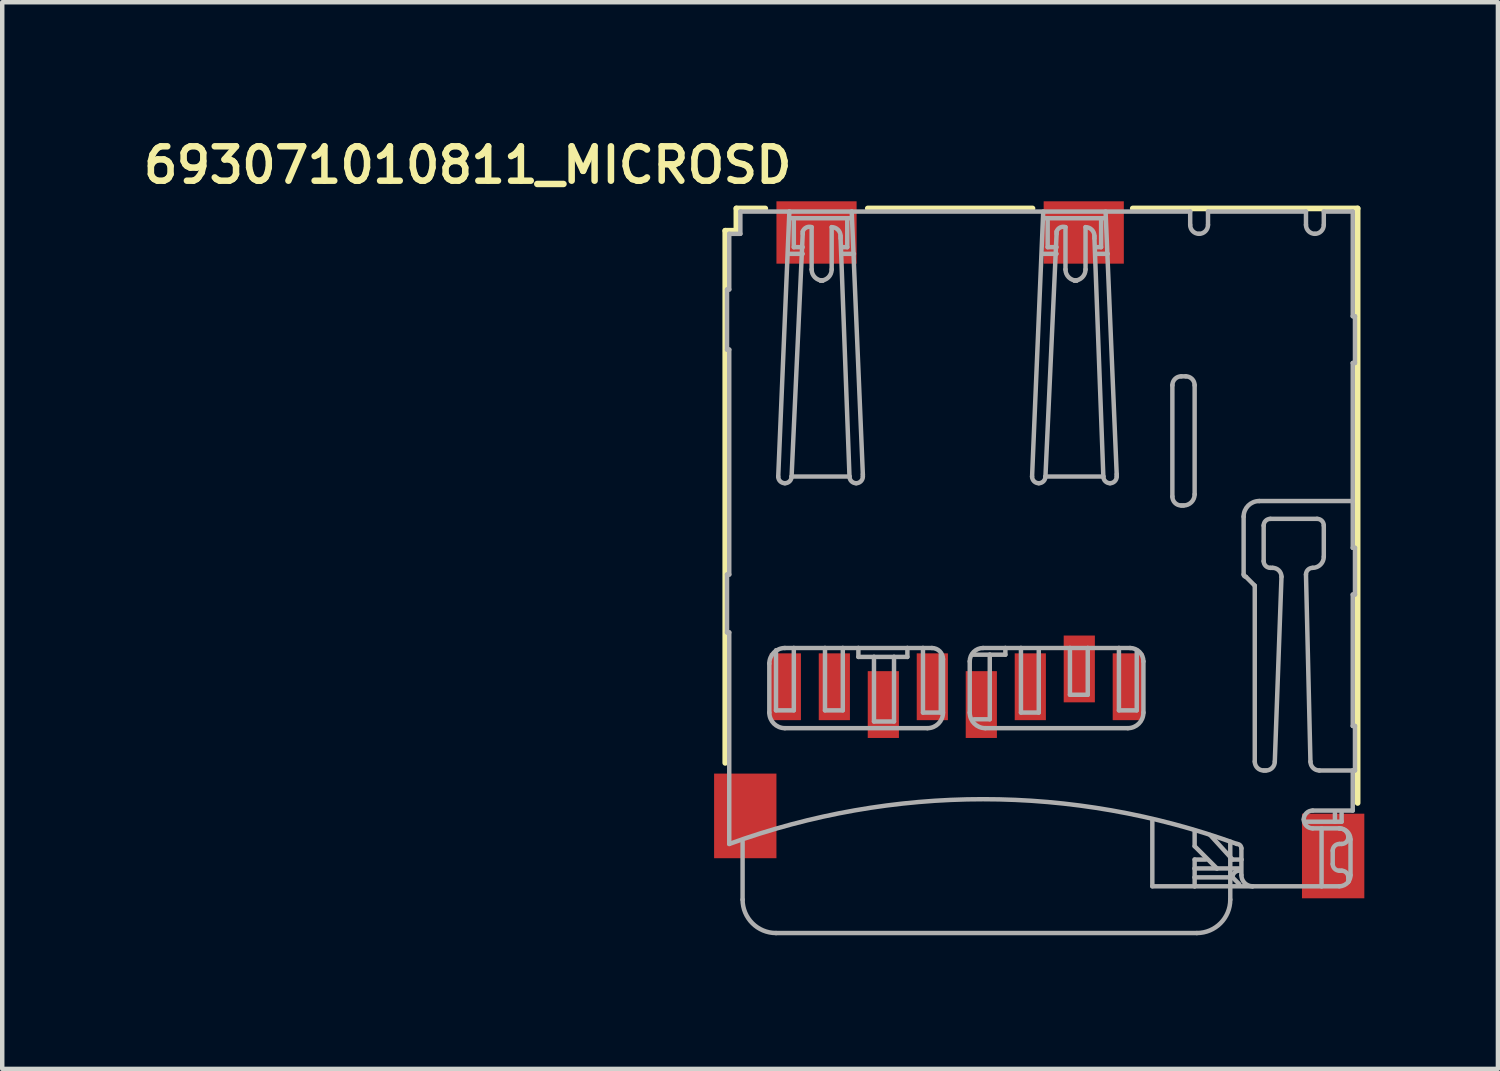
<source format=kicad_pcb>
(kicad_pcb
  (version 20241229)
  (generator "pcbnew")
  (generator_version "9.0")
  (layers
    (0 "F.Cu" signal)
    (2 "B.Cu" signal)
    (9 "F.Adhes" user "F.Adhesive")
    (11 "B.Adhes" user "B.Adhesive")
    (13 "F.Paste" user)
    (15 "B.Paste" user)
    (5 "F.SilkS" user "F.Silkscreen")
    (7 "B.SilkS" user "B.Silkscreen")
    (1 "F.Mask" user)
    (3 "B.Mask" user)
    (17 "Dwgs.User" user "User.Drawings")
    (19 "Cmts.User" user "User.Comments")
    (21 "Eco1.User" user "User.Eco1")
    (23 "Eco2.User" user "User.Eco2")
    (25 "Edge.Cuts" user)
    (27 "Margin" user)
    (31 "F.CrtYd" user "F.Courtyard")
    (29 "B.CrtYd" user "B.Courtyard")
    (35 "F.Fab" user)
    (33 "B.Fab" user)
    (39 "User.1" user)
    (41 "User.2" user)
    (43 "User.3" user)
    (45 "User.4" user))
  (footprint "693071010811_MICROSD"
    (layer "F.Cu")
    (at 13.284 1.73)
    (property "Reference" "693071010811_MICROSD" (at 1.524 -1.524 0) (layer "F.SilkS") (effects (font (size 0.772 0.772) (thickness 0.146)) (justify right top)))
    (attr through_hole)
    (fp_line (start -0.05 0.4) (end -0.05 12.35) (stroke (width 0.127) (type solid)) (layer "F.SilkS"))
    (fp_line (start 0.2 -0.1) (end 0.2 0.4) (stroke (width 0.127) (type solid)) (layer "F.SilkS"))
    (fp_line (start 0.2 0.4) (end -0.05 0.4) (stroke (width 0.127) (type solid)) (layer "F.SilkS"))
    (fp_line (start 0.85 -0.1) (end 0.2 -0.1) (stroke (width 0.127) (type solid)) (layer "F.SilkS"))
    (fp_line (start 3.15 -0.1) (end 6.85 -0.1) (stroke (width 0.127) (type solid)) (layer "F.SilkS"))
    (fp_line (start 9.1 -0.1) (end 14.15 -0.1) (stroke (width 0.127) (type solid)) (layer "F.SilkS"))
    (fp_line (start 14.15 -0.1) (end 14.15 13.25) (stroke (width 0.127) (type solid)) (layer "F.SilkS"))
    (fp_line (start -0.01 1.72) (end -0.01 3.07) (stroke (width 0.1) (type solid)) (layer "F.Fab"))
    (fp_line (start -0.01 3.07) (end 0.04 3.07) (stroke (width 0.1) (type solid)) (layer "F.Fab"))
    (fp_line (start -0.01 8.12) (end -0.01 9.42) (stroke (width 0.1) (type solid)) (layer "F.Fab"))
    (fp_line (start -0.01 9.42) (end 0.04 9.42) (stroke (width 0.1) (type solid)) (layer "F.Fab"))
    (fp_line (start 0.04 0.47) (end 0.04 1.72) (stroke (width 0.1) (type solid)) (layer "F.Fab"))
    (fp_line (start 0.04 1.72) (end -0.01 1.72) (stroke (width 0.1) (type solid)) (layer "F.Fab"))
    (fp_line (start 0.04 3.07) (end 0.04 8.12) (stroke (width 0.1) (type solid)) (layer "F.Fab"))
    (fp_line (start 0.04 8.12) (end -0.01 8.12) (stroke (width 0.1) (type solid)) (layer "F.Fab"))
    (fp_line (start 0.04 9.42) (end 0.04 14.17) (stroke (width 0.1) (type solid)) (layer "F.Fab"))
    (fp_line (start 0.29 -0.03) (end 0.29 0.47) (stroke (width 0.1) (type solid)) (layer "F.Fab"))
    (fp_line (start 0.29 0.47) (end 0.04 0.47) (stroke (width 0.1) (type solid)) (layer "F.Fab"))
    (fp_line (start 0.34 14.12) (end 0.34 15.42) (stroke (width 0.1) (type solid)) (layer "F.Fab"))
    (fp_line (start 0.94 11.22) (end 0.94 10.12) (stroke (width 0.1) (type solid)) (layer "F.Fab"))
    (fp_line (start 1.09 9.82) (end 1.09 11.17) (stroke (width 0.1) (type solid)) (layer "F.Fab"))
    (fp_line (start 1.09 11.17) (end 1.49 11.17) (stroke (width 0.1) (type solid)) (layer "F.Fab"))
    (fp_line (start 1.09 16.17) (end 10.54 16.17) (stroke (width 0.1) (type solid)) (layer "F.Fab"))
    (fp_line (start 1.14 5.92) (end 1.39 -0.03) (stroke (width 0.1) (type solid)) (layer "F.Fab"))
    (fp_line (start 1.29 9.77) (end 1.49 9.77) (stroke (width 0.1) (type solid)) (layer "F.Fab"))
    (fp_line (start 1.39 -0.03) (end 0.29 -0.03) (stroke (width 0.1) (type solid)) (layer "F.Fab"))
    (fp_line (start 1.44 0.12) (end 2.79 0.12) (stroke (width 0.1) (type solid)) (layer "F.Fab"))
    (fp_line (start 1.44 5.92) (end 2.74 5.92) (stroke (width 0.1) (type solid)) (layer "F.Fab"))
    (fp_line (start 1.49 0.77) (end 1.49 0.17) (stroke (width 0.1) (type solid)) (layer "F.Fab"))
    (fp_line (start 1.49 9.77) (end 2.19 9.77) (stroke (width 0.1) (type solid)) (layer "F.Fab"))
    (fp_line (start 1.49 11.17) (end 1.49 9.77) (stroke (width 0.1) (type solid)) (layer "F.Fab"))
    (fp_line (start 1.69 0.42) (end 1.69 0.47) (stroke (width 0.1) (type solid)) (layer "F.Fab"))
    (fp_line (start 1.69 0.47) (end 1.44 5.92) (stroke (width 0.1) (type solid)) (layer "F.Fab"))
    (fp_line (start 1.69 0.77) (end 1.49 0.77) (stroke (width 0.1) (type solid)) (layer "F.Fab"))
    (fp_line (start 1.69 0.92) (end 1.39 0.92) (stroke (width 0.1) (type solid)) (layer "F.Fab"))
    (fp_line (start 1.89 1.27) (end 1.89 0.32) (stroke (width 0.1) (type solid)) (layer "F.Fab"))
    (fp_line (start 2.09 1.52) (end 2.14 1.52) (stroke (width 0.1) (type solid)) (layer "F.Fab"))
    (fp_line (start 2.19 9.77) (end 2.19 11.17) (stroke (width 0.1) (type solid)) (layer "F.Fab"))
    (fp_line (start 2.19 9.77) (end 2.59 9.77) (stroke (width 0.1) (type solid)) (layer "F.Fab"))
    (fp_line (start 2.19 11.17) (end 2.59 11.17) (stroke (width 0.1) (type solid)) (layer "F.Fab"))
    (fp_line (start 2.34 0.32) (end 2.34 1.27) (stroke (width 0.1) (type solid)) (layer "F.Fab"))
    (fp_line (start 2.54 0.57) (end 2.54 0.52) (stroke (width 0.1) (type solid)) (layer "F.Fab"))
    (fp_line (start 2.59 0.77) (end 2.69 0.77) (stroke (width 0.1) (type solid)) (layer "F.Fab"))
    (fp_line (start 2.59 0.92) (end 2.84 0.92) (stroke (width 0.1) (type solid)) (layer "F.Fab"))
    (fp_line (start 2.59 9.77) (end 2.94 9.77) (stroke (width 0.1) (type solid)) (layer "F.Fab"))
    (fp_line (start 2.59 11.17) (end 2.59 9.77) (stroke (width 0.1) (type solid)) (layer "F.Fab"))
    (fp_line (start 2.69 0.77) (end 2.69 0.17) (stroke (width 0.1) (type solid)) (layer "F.Fab"))
    (fp_line (start 2.74 5.92) (end 2.54 0.57) (stroke (width 0.1) (type solid)) (layer "F.Fab"))
    (fp_line (start 2.79 -0.03) (end 1.39 -0.03) (stroke (width 0.1) (type solid)) (layer "F.Fab"))
    (fp_line (start 2.79 -0.03) (end 3.04 5.87) (stroke (width 0.1) (type solid)) (layer "F.Fab"))
    (fp_line (start 2.94 9.77) (end 2.94 9.97) (stroke (width 0.1) (type solid)) (layer "F.Fab"))
    (fp_line (start 2.94 9.77) (end 4.04 9.77) (stroke (width 0.1) (type solid)) (layer "F.Fab"))
    (fp_line (start 2.94 9.97) (end 3.29 9.97) (stroke (width 0.1) (type solid)) (layer "F.Fab"))
    (fp_line (start 3.04 5.87) (end 3.04 5.92) (stroke (width 0.1) (type solid)) (layer "F.Fab"))
    (fp_line (start 3.29 9.97) (end 3.29 11.42) (stroke (width 0.1) (type solid)) (layer "F.Fab"))
    (fp_line (start 3.29 9.97) (end 3.74 9.97) (stroke (width 0.1) (type solid)) (layer "F.Fab"))
    (fp_line (start 3.29 11.42) (end 3.74 11.42) (stroke (width 0.1) (type solid)) (layer "F.Fab"))
    (fp_line (start 3.74 9.97) (end 4.04 9.97) (stroke (width 0.1) (type solid)) (layer "F.Fab"))
    (fp_line (start 3.74 11.42) (end 3.74 9.97) (stroke (width 0.1) (type solid)) (layer "F.Fab"))
    (fp_line (start 4.04 9.77) (end 4.39 9.77) (stroke (width 0.1) (type solid)) (layer "F.Fab"))
    (fp_line (start 4.04 9.97) (end 4.04 9.77) (stroke (width 0.1) (type solid)) (layer "F.Fab"))
    (fp_line (start 4.39 9.77) (end 4.39 11.22) (stroke (width 0.1) (type solid)) (layer "F.Fab"))
    (fp_line (start 4.39 9.77) (end 4.59 9.77) (stroke (width 0.1) (type solid)) (layer "F.Fab"))
    (fp_line (start 4.39 11.22) (end 4.79 11.22) (stroke (width 0.1) (type solid)) (layer "F.Fab"))
    (fp_line (start 4.49 11.57) (end 1.29 11.57) (stroke (width 0.1) (type solid)) (layer "F.Fab"))
    (fp_line (start 4.79 11.22) (end 4.79 9.92) (stroke (width 0.1) (type solid)) (layer "F.Fab"))
    (fp_line (start 4.84 10.02) (end 4.84 11.22) (stroke (width 0.1) (type solid)) (layer "F.Fab"))
    (fp_line (start 5.44 11.22) (end 5.44 10.07) (stroke (width 0.1) (type solid)) (layer "F.Fab"))
    (fp_line (start 5.49 9.92) (end 5.89 9.92) (stroke (width 0.1) (type solid)) (layer "F.Fab"))
    (fp_line (start 5.74 9.77) (end 6.24 9.77) (stroke (width 0.1) (type solid)) (layer "F.Fab"))
    (fp_line (start 5.89 9.92) (end 5.89 11.37) (stroke (width 0.1) (type solid)) (layer "F.Fab"))
    (fp_line (start 5.89 9.92) (end 6.24 9.92) (stroke (width 0.1) (type solid)) (layer "F.Fab"))
    (fp_line (start 5.89 11.37) (end 5.54 11.37) (stroke (width 0.1) (type solid)) (layer "F.Fab"))
    (fp_line (start 6.24 9.77) (end 6.59 9.77) (stroke (width 0.1) (type solid)) (layer "F.Fab"))
    (fp_line (start 6.24 9.92) (end 6.24 9.77) (stroke (width 0.1) (type solid)) (layer "F.Fab"))
    (fp_line (start 6.59 9.77) (end 6.59 11.22) (stroke (width 0.1) (type solid)) (layer "F.Fab"))
    (fp_line (start 6.59 9.77) (end 7.69 9.77) (stroke (width 0.1) (type solid)) (layer "F.Fab"))
    (fp_line (start 6.59 11.22) (end 6.99 11.22) (stroke (width 0.1) (type solid)) (layer "F.Fab"))
    (fp_line (start 6.84 5.92) (end 7.09 -0.03) (stroke (width 0.1) (type solid)) (layer "F.Fab"))
    (fp_line (start 6.99 11.22) (end 6.99 9.82) (stroke (width 0.1) (type solid)) (layer "F.Fab"))
    (fp_line (start 7.14 0.12) (end 8.49 0.12) (stroke (width 0.1) (type solid)) (layer "F.Fab"))
    (fp_line (start 7.14 5.92) (end 8.44 5.92) (stroke (width 0.1) (type solid)) (layer "F.Fab"))
    (fp_line (start 7.19 0.77) (end 7.19 0.17) (stroke (width 0.1) (type solid)) (layer "F.Fab"))
    (fp_line (start 7.39 0.42) (end 7.39 0.47) (stroke (width 0.1) (type solid)) (layer "F.Fab"))
    (fp_line (start 7.39 0.47) (end 7.14 5.92) (stroke (width 0.1) (type solid)) (layer "F.Fab"))
    (fp_line (start 7.39 0.77) (end 7.19 0.77) (stroke (width 0.1) (type solid)) (layer "F.Fab"))
    (fp_line (start 7.39 0.92) (end 7.09 0.92) (stroke (width 0.1) (type solid)) (layer "F.Fab"))
    (fp_line (start 7.59 1.27) (end 7.59 0.32) (stroke (width 0.1) (type solid)) (layer "F.Fab"))
    (fp_line (start 7.69 9.77) (end 7.69 10.82) (stroke (width 0.1) (type solid)) (layer "F.Fab"))
    (fp_line (start 7.69 9.77) (end 8.09 9.77) (stroke (width 0.1) (type solid)) (layer "F.Fab"))
    (fp_line (start 7.69 10.82) (end 8.09 10.82) (stroke (width 0.1) (type solid)) (layer "F.Fab"))
    (fp_line (start 7.79 1.52) (end 7.84 1.52) (stroke (width 0.1) (type solid)) (layer "F.Fab"))
    (fp_line (start 8.04 0.32) (end 8.04 1.27) (stroke (width 0.1) (type solid)) (layer "F.Fab"))
    (fp_line (start 8.09 9.77) (end 8.79 9.77) (stroke (width 0.1) (type solid)) (layer "F.Fab"))
    (fp_line (start 8.09 10.82) (end 8.09 9.77) (stroke (width 0.1) (type solid)) (layer "F.Fab"))
    (fp_line (start 8.24 0.57) (end 8.24 0.52) (stroke (width 0.1) (type solid)) (layer "F.Fab"))
    (fp_line (start 8.29 0.77) (end 8.39 0.77) (stroke (width 0.1) (type solid)) (layer "F.Fab"))
    (fp_line (start 8.29 0.92) (end 8.54 0.92) (stroke (width 0.1) (type solid)) (layer "F.Fab"))
    (fp_line (start 8.39 0.77) (end 8.39 0.17) (stroke (width 0.1) (type solid)) (layer "F.Fab"))
    (fp_line (start 8.44 5.92) (end 8.24 0.57) (stroke (width 0.1) (type solid)) (layer "F.Fab"))
    (fp_line (start 8.49 -0.03) (end 8.74 5.87) (stroke (width 0.1) (type solid)) (layer "F.Fab"))
    (fp_line (start 8.74 5.87) (end 8.74 5.92) (stroke (width 0.1) (type solid)) (layer "F.Fab"))
    (fp_line (start 8.79 9.77) (end 8.79 11.17) (stroke (width 0.1) (type solid)) (layer "F.Fab"))
    (fp_line (start 8.79 9.77) (end 9.04 9.77) (stroke (width 0.1) (type solid)) (layer "F.Fab"))
    (fp_line (start 8.79 11.17) (end 9.19 11.17) (stroke (width 0.1) (type solid)) (layer "F.Fab"))
    (fp_line (start 8.99 11.57) (end 5.79 11.57) (stroke (width 0.1) (type solid)) (layer "F.Fab"))
    (fp_line (start 9.19 11.17) (end 9.19 9.82) (stroke (width 0.1) (type solid)) (layer "F.Fab"))
    (fp_line (start 9.34 10.07) (end 9.34 11.22) (stroke (width 0.1) (type solid)) (layer "F.Fab"))
    (fp_line (start 9.54 15.12) (end 9.54 13.62) (stroke (width 0.1) (type solid)) (layer "F.Fab"))
    (fp_line (start 9.99 6.37) (end 9.99 3.87) (stroke (width 0.1) (type solid)) (layer "F.Fab"))
    (fp_line (start 10.19 3.67) (end 10.29 3.67) (stroke (width 0.1) (type solid)) (layer "F.Fab"))
    (fp_line (start 10.24 6.57) (end 10.19 6.57) (stroke (width 0.1) (type solid)) (layer "F.Fab"))
    (fp_line (start 10.39 -0.03) (end 2.79 -0.03) (stroke (width 0.1) (type solid)) (layer "F.Fab"))
    (fp_line (start 10.39 0.27) (end 10.39 -0.03) (stroke (width 0.1) (type solid)) (layer "F.Fab"))
    (fp_line (start 10.49 3.87) (end 10.49 6.32) (stroke (width 0.1) (type solid)) (layer "F.Fab"))
    (fp_line (start 10.49 13.87) (end 10.49 14.22) (stroke (width 0.1) (type solid)) (layer "F.Fab"))
    (fp_line (start 10.49 14.22) (end 10.99 14.72) (stroke (width 0.1) (type solid)) (layer "F.Fab"))
    (fp_line (start 10.49 14.52) (end 10.74 14.52) (stroke (width 0.1) (type solid)) (layer "F.Fab"))
    (fp_line (start 10.49 14.72) (end 10.49 14.52) (stroke (width 0.1) (type solid)) (layer "F.Fab"))
    (fp_line (start 10.49 14.92) (end 10.49 14.72) (stroke (width 0.1) (type solid)) (layer "F.Fab"))
    (fp_line (start 10.49 14.92) (end 11.34 14.92) (stroke (width 0.1) (type solid)) (layer "F.Fab"))
    (fp_line (start 10.49 15.12) (end 9.54 15.12) (stroke (width 0.1) (type solid)) (layer "F.Fab"))
    (fp_line (start 10.49 15.12) (end 10.49 14.92) (stroke (width 0.1) (type solid)) (layer "F.Fab"))
    (fp_line (start 10.79 -0.03) (end 10.79 0.27) (stroke (width 0.1) (type solid)) (layer "F.Fab"))
    (fp_line (start 10.99 14.72) (end 10.49 14.72) (stroke (width 0.1) (type solid)) (layer "F.Fab"))
    (fp_line (start 10.99 14.72) (end 11.49 14.72) (stroke (width 0.1) (type solid)) (layer "F.Fab"))
    (fp_line (start 11.29 15.42) (end 11.29 14.12) (stroke (width 0.1) (type solid)) (layer "F.Fab"))
    (fp_line (start 11.34 14.52) (end 10.84 13.97) (stroke (width 0.1) (type solid)) (layer "F.Fab"))
    (fp_line (start 11.49 15.07) (end 11.34 14.92) (stroke (width 0.1) (type solid)) (layer "F.Fab"))
    (fp_line (start 11.54 14.27) (end 11.54 14.52) (stroke (width 0.1) (type solid)) (layer "F.Fab"))
    (fp_line (start 11.54 14.52) (end 11.34 14.52) (stroke (width 0.1) (type solid)) (layer "F.Fab"))
    (fp_line (start 11.54 14.52) (end 11.54 14.87) (stroke (width 0.1) (type solid)) (layer "F.Fab"))
    (fp_line (start 11.59 8.12) (end 11.59 6.82) (stroke (width 0.1) (type solid)) (layer "F.Fab"))
    (fp_line (start 11.79 15.12) (end 10.49 15.12) (stroke (width 0.1) (type solid)) (layer "F.Fab"))
    (fp_line (start 11.79 15.12) (end 13.34 15.12) (stroke (width 0.1) (type solid)) (layer "F.Fab"))
    (fp_line (start 11.84 8.37) (end 11.64 8.17) (stroke (width 0.1) (type solid)) (layer "F.Fab"))
    (fp_line (start 11.84 12.32) (end 11.84 8.37) (stroke (width 0.1) (type solid)) (layer "F.Fab"))
    (fp_line (start 11.94 6.47) (end 14.04 6.47) (stroke (width 0.1) (type solid)) (layer "F.Fab"))
    (fp_line (start 12.04 7.02) (end 12.04 7.82) (stroke (width 0.1) (type solid)) (layer "F.Fab"))
    (fp_line (start 12.09 12.52) (end 12.04 12.52) (stroke (width 0.1) (type solid)) (layer "F.Fab"))
    (fp_line (start 12.19 7.97) (end 12.24 7.97) (stroke (width 0.1) (type solid)) (layer "F.Fab"))
    (fp_line (start 12.44 8.17) (end 12.29 12.32) (stroke (width 0.1) (type solid)) (layer "F.Fab"))
    (fp_line (start 12.99 -0.03) (end 10.79 -0.03) (stroke (width 0.1) (type solid)) (layer "F.Fab"))
    (fp_line (start 12.99 0.27) (end 12.99 -0.03) (stroke (width 0.1) (type solid)) (layer "F.Fab"))
    (fp_line (start 12.99 13.67) (end 13.64 13.67) (stroke (width 0.1) (type solid)) (layer "F.Fab"))
    (fp_line (start 13.09 12.32) (end 12.99 8.12) (stroke (width 0.1) (type solid)) (layer "F.Fab"))
    (fp_line (start 13.14 13.42) (end 14.04 13.42) (stroke (width 0.1) (type solid)) (layer "F.Fab"))
    (fp_line (start 13.24 6.87) (end 12.19 6.87) (stroke (width 0.1) (type solid)) (layer "F.Fab"))
    (fp_line (start 13.34 13.82) (end 13.14 13.82) (stroke (width 0.1) (type solid)) (layer "F.Fab"))
    (fp_line (start 13.34 13.82) (end 13.34 15.12) (stroke (width 0.1) (type solid)) (layer "F.Fab"))
    (fp_line (start 13.34 15.12) (end 13.74 15.12) (stroke (width 0.1) (type solid)) (layer "F.Fab"))
    (fp_line (start 13.39 -0.03) (end 13.39 0.27) (stroke (width 0.1) (type solid)) (layer "F.Fab"))
    (fp_line (start 13.39 7.72) (end 13.39 7.02) (stroke (width 0.1) (type solid)) (layer "F.Fab"))
    (fp_line (start 13.59 14.62) (end 13.59 14.32) (stroke (width 0.1) (type solid)) (layer "F.Fab"))
    (fp_line (start 13.64 13.67) (end 13.64 13.47) (stroke (width 0.1) (type solid)) (layer "F.Fab"))
    (fp_line (start 13.64 13.67) (end 13.79 13.67) (stroke (width 0.1) (type solid)) (layer "F.Fab"))
    (fp_line (start 13.74 13.82) (end 13.34 13.82) (stroke (width 0.1) (type solid)) (layer "F.Fab"))
    (fp_line (start 13.74 14.17) (end 13.79 14.17) (stroke (width 0.1) (type solid)) (layer "F.Fab"))
    (fp_line (start 13.79 13.47) (end 13.79 13.67) (stroke (width 0.1) (type solid)) (layer "F.Fab"))
    (fp_line (start 13.79 14.77) (end 13.74 14.77) (stroke (width 0.1) (type solid)) (layer "F.Fab"))
    (fp_line (start 13.94 15.02) (end 13.94 14.92) (stroke (width 0.1) (type solid)) (layer "F.Fab"))
    (fp_line (start 13.99 14.87) (end 13.99 14.07) (stroke (width 0.1) (type solid)) (layer "F.Fab"))
    (fp_line (start 14.04 -0.03) (end 13.39 -0.03) (stroke (width 0.1) (type solid)) (layer "F.Fab"))
    (fp_line (start 14.04 2.32) (end 14.04 -0.03) (stroke (width 0.1) (type solid)) (layer "F.Fab"))
    (fp_line (start 14.04 3.37) (end 14.09 3.37) (stroke (width 0.1) (type solid)) (layer "F.Fab"))
    (fp_line (start 14.04 6.47) (end 14.04 3.37) (stroke (width 0.1) (type solid)) (layer "F.Fab"))
    (fp_line (start 14.04 7.52) (end 14.04 6.47) (stroke (width 0.1) (type solid)) (layer "F.Fab"))
    (fp_line (start 14.04 8.57) (end 14.09 8.57) (stroke (width 0.1) (type solid)) (layer "F.Fab"))
    (fp_line (start 14.04 11.52) (end 14.04 8.57) (stroke (width 0.1) (type solid)) (layer "F.Fab"))
    (fp_line (start 14.04 12.52) (end 13.29 12.52) (stroke (width 0.1) (type solid)) (layer "F.Fab"))
    (fp_line (start 14.04 12.52) (end 14.09 12.52) (stroke (width 0.1) (type solid)) (layer "F.Fab"))
    (fp_line (start 14.04 13.42) (end 14.04 12.52) (stroke (width 0.1) (type solid)) (layer "F.Fab"))
    (fp_line (start 14.09 2.32) (end 14.04 2.32) (stroke (width 0.1) (type solid)) (layer "F.Fab"))
    (fp_line (start 14.09 3.37) (end 14.09 2.32) (stroke (width 0.1) (type solid)) (layer "F.Fab"))
    (fp_line (start 14.09 7.52) (end 14.04 7.52) (stroke (width 0.1) (type solid)) (layer "F.Fab"))
    (fp_line (start 14.09 8.57) (end 14.09 7.52) (stroke (width 0.1) (type solid)) (layer "F.Fab"))
    (fp_line (start 14.09 11.52) (end 14.04 11.52) (stroke (width 0.1) (type solid)) (layer "F.Fab"))
    (fp_line (start 14.09 12.52) (end 14.09 11.52) (stroke (width 0.1) (type solid)) (layer "F.Fab"))
    (fp_arc (start 0.04 14.17) (mid 5.74 13.164936) (end 11.44 14.17) (stroke (width 0.1) (type solid)) (layer "F.Fab"))
    (fp_arc (start 0.94 10.12) (mid 1.042513 9.872513) (end 1.29 9.77) (stroke (width 0.1) (type solid)) (layer "F.Fab"))
    (fp_arc (start 1.09 16.17) (mid 0.55967 15.95033) (end 0.34 15.42) (stroke (width 0.1) (type solid)) (layer "F.Fab"))
    (fp_arc (start 1.29 6.07) (mid 1.183934 6.026066) (end 1.14 5.92) (stroke (width 0.1) (type solid)) (layer "F.Fab"))
    (fp_arc (start 1.29 11.57) (mid 1.042513 11.467487) (end 0.94 11.22) (stroke (width 0.1) (type solid)) (layer "F.Fab"))
    (fp_arc (start 1.44 5.92) (mid 1.396066 6.026066) (end 1.29 6.07) (stroke (width 0.1) (type solid)) (layer "F.Fab"))
    (fp_arc (start 1.69 0.42) (mid 1.769289 0.328579) (end 1.89 0.32) (stroke (width 0.1) (type solid)) (layer "F.Fab"))
    (fp_arc (start 2.14 1.52) (mid 1.963223 1.446777) (end 1.89 1.27) (stroke (width 0.1) (type solid)) (layer "F.Fab"))
    (fp_arc (start 2.34 0.32) (mid 2.481421 0.378579) (end 2.54 0.52) (stroke (width 0.1) (type solid)) (layer "F.Fab"))
    (fp_arc (start 2.34 1.27) (mid 2.266777 1.446777) (end 2.09 1.52) (stroke (width 0.1) (type solid)) (layer "F.Fab"))
    (fp_arc (start 2.89 6.07) (mid 2.783934 6.026066) (end 2.74 5.92) (stroke (width 0.1) (type solid)) (layer "F.Fab"))
    (fp_arc (start 3.04 5.92) (mid 2.996066 6.026066) (end 2.89 6.07) (stroke (width 0.1) (type solid)) (layer "F.Fab"))
    (fp_arc (start 4.59 9.77) (mid 4.766777 9.843223) (end 4.84 10.02) (stroke (width 0.1) (type solid)) (layer "F.Fab"))
    (fp_arc (start 4.84 11.22) (mid 4.737487 11.467487) (end 4.49 11.57) (stroke (width 0.1) (type solid)) (layer "F.Fab"))
    (fp_arc (start 5.44 10.07) (mid 5.527868 9.857868) (end 5.74 9.77) (stroke (width 0.1) (type solid)) (layer "F.Fab"))
    (fp_arc (start 5.79 11.57) (mid 5.542513 11.467487) (end 5.44 11.22) (stroke (width 0.1) (type solid)) (layer "F.Fab"))
    (fp_arc (start 6.99 6.07) (mid 6.883934 6.026066) (end 6.84 5.92) (stroke (width 0.1) (type solid)) (layer "F.Fab"))
    (fp_arc (start 7.14 5.92) (mid 7.096066 6.026066) (end 6.99 6.07) (stroke (width 0.1) (type solid)) (layer "F.Fab"))
    (fp_arc (start 7.39 0.42) (mid 7.469289 0.328579) (end 7.59 0.32) (stroke (width 0.1) (type solid)) (layer "F.Fab"))
    (fp_arc (start 7.84 1.52) (mid 7.663223 1.446777) (end 7.59 1.27) (stroke (width 0.1) (type solid)) (layer "F.Fab"))
    (fp_arc (start 8.04 0.32) (mid 8.181421 0.378579) (end 8.24 0.52) (stroke (width 0.1) (type solid)) (layer "F.Fab"))
    (fp_arc (start 8.04 1.27) (mid 7.966777 1.446777) (end 7.79 1.52) (stroke (width 0.1) (type solid)) (layer "F.Fab"))
    (fp_arc (start 8.59 6.07) (mid 8.483934 6.026066) (end 8.44 5.92) (stroke (width 0.1) (type solid)) (layer "F.Fab"))
    (fp_arc (start 8.74 5.92) (mid 8.696066 6.026066) (end 8.59 6.07) (stroke (width 0.1) (type solid)) (layer "F.Fab"))
    (fp_arc (start 9.04 9.77) (mid 9.252132 9.857868) (end 9.34 10.07) (stroke (width 0.1) (type solid)) (layer "F.Fab"))
    (fp_arc (start 9.34 11.22) (mid 9.237487 11.467487) (end 8.99 11.57) (stroke (width 0.1) (type solid)) (layer "F.Fab"))
    (fp_arc (start 9.99 3.87) (mid 10.048579 3.728579) (end 10.19 3.67) (stroke (width 0.1) (type solid)) (layer "F.Fab"))
    (fp_arc (start 10.19 6.57) (mid 10.048579 6.511421) (end 9.99 6.37) (stroke (width 0.1) (type solid)) (layer "F.Fab"))
    (fp_arc (start 10.29 3.67) (mid 10.431421 3.728579) (end 10.49 3.87) (stroke (width 0.1) (type solid)) (layer "F.Fab"))
    (fp_arc (start 10.49 6.32) (mid 10.416777 6.496777) (end 10.24 6.57) (stroke (width 0.1) (type solid)) (layer "F.Fab"))
    (fp_arc (start 10.59 0.47) (mid 10.448579 0.411421) (end 10.39 0.27) (stroke (width 0.1) (type solid)) (layer "F.Fab"))
    (fp_arc (start 10.79 0.27) (mid 10.731421 0.411421) (end 10.59 0.47) (stroke (width 0.1) (type solid)) (layer "F.Fab"))
    (fp_arc (start 11.29 15.42) (mid 11.07033 15.95033) (end 10.54 16.17) (stroke (width 0.1) (type solid)) (layer "F.Fab"))
    (fp_arc (start 11.34 14.92) (mid 11.383934 14.813934) (end 11.49 14.77) (stroke (width 0.1) (type solid)) (layer "F.Fab"))
    (fp_arc (start 11.44 14.17) (mid 11.510711 14.199289) (end 11.54 14.27) (stroke (width 0.1) (type solid)) (layer "F.Fab"))
    (fp_arc (start 11.59 6.82) (mid 11.692513 6.572513) (end 11.94 6.47) (stroke (width 0.1) (type solid)) (layer "F.Fab"))
    (fp_arc (start 11.64 8.17) (mid 11.604645 8.155355) (end 11.59 8.12) (stroke (width 0.1) (type solid)) (layer "F.Fab"))
    (fp_arc (start 11.79 15.12) (mid 11.613223 15.046777) (end 11.54 14.87) (stroke (width 0.1) (type solid)) (layer "F.Fab"))
    (fp_arc (start 12.04 7.02) (mid 12.083934 6.913934) (end 12.19 6.87) (stroke (width 0.1) (type solid)) (layer "F.Fab"))
    (fp_arc (start 12.04 12.52) (mid 11.898579 12.461421) (end 11.84 12.32) (stroke (width 0.1) (type solid)) (layer "F.Fab"))
    (fp_arc (start 12.19 7.97) (mid 12.083934 7.926066) (end 12.04 7.82) (stroke (width 0.1) (type solid)) (layer "F.Fab"))
    (fp_arc (start 12.24 7.97) (mid 12.381421 8.028579) (end 12.44 8.17) (stroke (width 0.1) (type solid)) (layer "F.Fab"))
    (fp_arc (start 12.29 12.32) (mid 12.231421 12.461421) (end 12.09 12.52) (stroke (width 0.1) (type solid)) (layer "F.Fab"))
    (fp_arc (start 12.94 13.62) (mid 12.998579 13.478579) (end 13.14 13.42) (stroke (width 0.1) (type solid)) (layer "F.Fab"))
    (fp_arc (start 12.99 8.12) (mid 13.033934 8.013934) (end 13.14 7.97) (stroke (width 0.1) (type solid)) (layer "F.Fab"))
    (fp_arc (start 13.14 13.82) (mid 12.998579 13.761421) (end 12.94 13.62) (stroke (width 0.1) (type solid)) (layer "F.Fab"))
    (fp_arc (start 13.19 0.47) (mid 13.048579 0.411421) (end 12.99 0.27) (stroke (width 0.1) (type solid)) (layer "F.Fab"))
    (fp_arc (start 13.24 6.87) (mid 13.346066 6.913934) (end 13.39 7.02) (stroke (width 0.1) (type solid)) (layer "F.Fab"))
    (fp_arc (start 13.29 12.52) (mid 13.148579 12.461421) (end 13.09 12.32) (stroke (width 0.1) (type solid)) (layer "F.Fab"))
    (fp_arc (start 13.39 0.27) (mid 13.331421 0.411421) (end 13.19 0.47) (stroke (width 0.1) (type solid)) (layer "F.Fab"))
    (fp_arc (start 13.39 7.72) (mid 13.316777 7.896777) (end 13.14 7.97) (stroke (width 0.1) (type solid)) (layer "F.Fab"))
    (fp_arc (start 13.59 14.32) (mid 13.633934 14.213934) (end 13.74 14.17) (stroke (width 0.1) (type solid)) (layer "F.Fab"))
    (fp_arc (start 13.74 13.82) (mid 13.881421 13.878579) (end 13.94 14.02) (stroke (width 0.1) (type solid)) (layer "F.Fab"))
    (fp_arc (start 13.74 13.82) (mid 13.916777 13.893223) (end 13.99 14.07) (stroke (width 0.1) (type solid)) (layer "F.Fab"))
    (fp_arc (start 13.74 14.77) (mid 13.633934 14.726066) (end 13.59 14.62) (stroke (width 0.1) (type solid)) (layer "F.Fab"))
    (fp_arc (start 13.79 14.77) (mid 13.896066 14.813934) (end 13.94 14.92) (stroke (width 0.1) (type solid)) (layer "F.Fab"))
    (fp_arc (start 13.94 14.02) (mid 13.896066 14.126066) (end 13.79 14.17) (stroke (width 0.1) (type solid)) (layer "F.Fab"))
    (fp_arc (start 13.94 15.019999) (mid 13.851803 15.093606) (end 13.74 15.12) (stroke (width 0.1) (type solid)) (layer "F.Fab"))
    (fp_arc (start 13.99 14.87) (mid 13.977171 14.949057) (end 13.94 15.02) (stroke (width 0.1) (type solid)) (layer "F.Fab"))
    (pad "1" smd rect (at 9 10.64) (size 0.7 1.5) (layers "F.Cu" "F.Mask" "F.Paste"))
    (pad "2" smd rect (at 7.9 10.24) (size 0.7 1.5) (layers "F.Cu" "F.Mask" "F.Paste"))
    (pad "3" smd rect (at 6.8 10.64) (size 0.7 1.5) (layers "F.Cu" "F.Mask" "F.Paste"))
    (pad "4" smd rect (at 5.7 11.04) (size 0.7 1.5) (layers "F.Cu" "F.Mask" "F.Paste"))
    (pad "5" smd rect (at 4.6 10.64) (size 0.7 1.5) (layers "F.Cu" "F.Mask" "F.Paste"))
    (pad "6" smd rect (at 3.5 11.04) (size 0.7 1.5) (layers "F.Cu" "F.Mask" "F.Paste"))
    (pad "7" smd rect (at 2.4 10.64) (size 0.7 1.5) (layers "F.Cu" "F.Mask" "F.Paste"))
    (pad "8" smd rect (at 1.3 10.64) (size 0.7 1.5) (layers "F.Cu" "F.Mask" "F.Paste"))
    (pad "9" smd rect (at 0.4 13.54) (size 1.4 1.9) (layers "F.Cu" "F.Mask" "F.Paste"))
    (pad "10" smd rect (at 13.6 14.44) (size 1.4 1.9) (layers "F.Cu" "F.Mask" "F.Paste"))
    (pad "11" smd rect (at 2 0.44 90) (size 1.4 1.8) (layers "F.Cu" "F.Mask" "F.Paste"))
    (pad "12" smd rect (at 8 0.44 90) (size 1.4 1.8) (layers "F.Cu" "F.Mask" "F.Paste")))
  (gr_rect
    (start -3 -3)
    (end 30.584 20.95)
    (stroke (width 0.1) (type default))
    (fill no)
    (layer "Edge.Cuts")))
</source>
